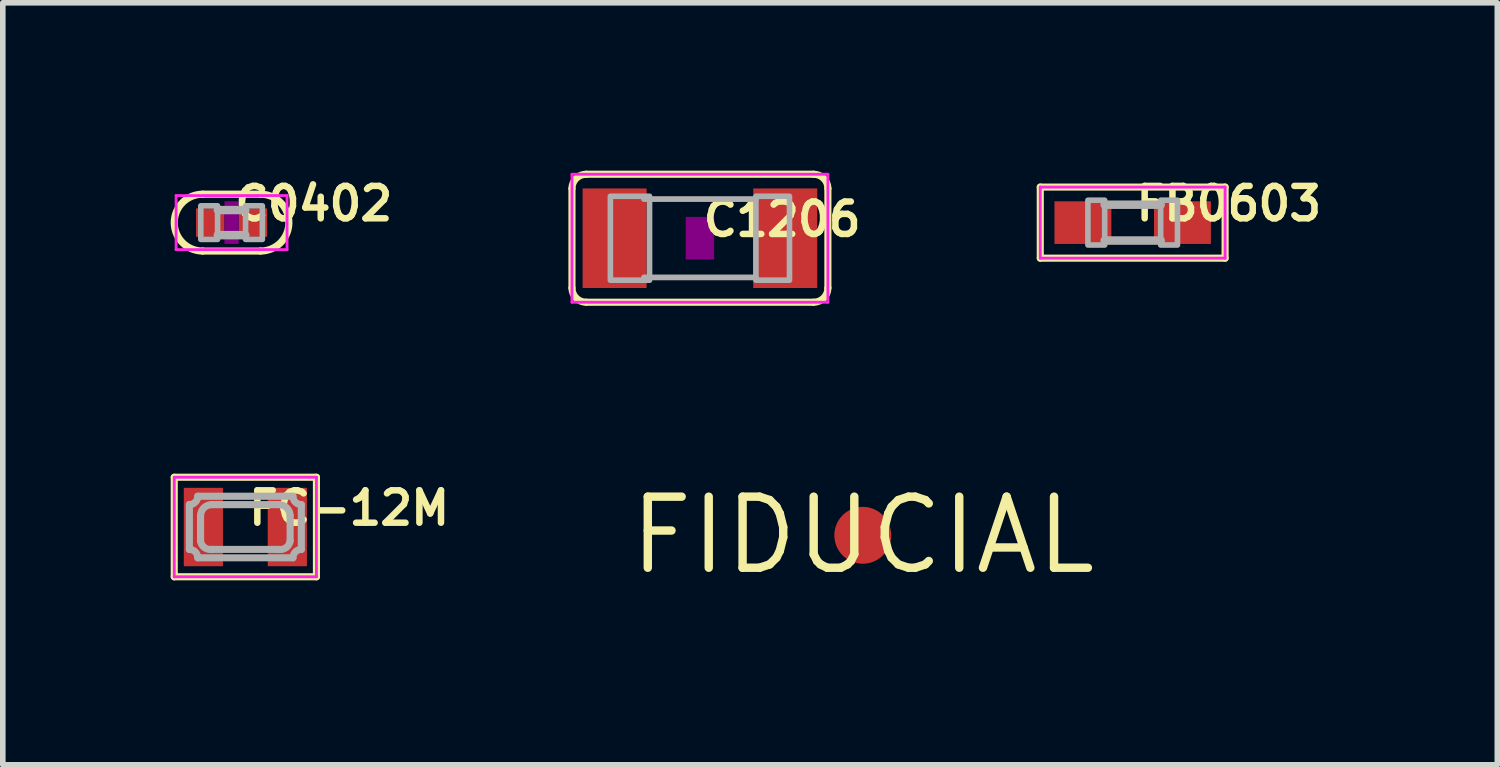
<source format=kicad_pcb>
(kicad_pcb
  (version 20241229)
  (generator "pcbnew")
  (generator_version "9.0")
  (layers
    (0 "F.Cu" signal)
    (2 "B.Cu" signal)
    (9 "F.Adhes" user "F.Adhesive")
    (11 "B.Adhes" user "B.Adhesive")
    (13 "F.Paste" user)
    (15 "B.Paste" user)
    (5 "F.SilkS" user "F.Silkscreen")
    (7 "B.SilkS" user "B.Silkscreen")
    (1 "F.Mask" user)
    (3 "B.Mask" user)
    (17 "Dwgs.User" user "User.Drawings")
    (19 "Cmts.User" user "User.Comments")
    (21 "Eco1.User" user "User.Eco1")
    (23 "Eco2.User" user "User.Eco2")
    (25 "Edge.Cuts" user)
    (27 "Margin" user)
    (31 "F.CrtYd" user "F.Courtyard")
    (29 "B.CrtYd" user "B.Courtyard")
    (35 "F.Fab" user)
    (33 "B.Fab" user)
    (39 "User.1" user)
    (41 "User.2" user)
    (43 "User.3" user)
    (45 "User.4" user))
  (footprint "C0402"
    (layer "F.Cu")
    (at 1.087 0.927)
    (property "Reference" "C0402" (at 0 0 180) (layer "F.SilkS") (effects (font (size 0.579 0.579) (thickness 0.116)) (justify left bottom)))
    (attr through_hole)
    (fp_line (start -0.516 0.508) (end 0.516 0.508) (stroke (width 0.127) (type solid)) (layer "F.SilkS"))
    (fp_line (start 0.516 -0.508) (end -0.516 -0.508) (stroke (width 0.127) (type solid)) (layer "F.SilkS"))
    (fp_arc (start -0.515998 0.508) (mid -1.023999 0.000001) (end -0.516 -0.508) (stroke (width 0.127) (type solid)) (layer "F.SilkS"))
    (fp_arc (start 0.515998 -0.508) (mid 1.023999 -0.000001) (end 0.516 0.508) (stroke (width 0.127) (type solid)) (layer "F.SilkS"))
    (fp_poly (pts (xy -0.127 0.381) (xy 0.127 0.381) (xy 0.127 -0.381) (xy -0.127 -0.381)) (stroke (width 0) (type solid)) (fill yes) (layer "F.Adhes"))
    (fp_line (start -0.991 -0.483) (end 0.991 -0.483) (stroke (width 0.051) (type solid)) (layer "F.CrtYd"))
    (fp_line (start -0.991 0.483) (end -0.991 -0.483) (stroke (width 0.051) (type solid)) (layer "F.CrtYd"))
    (fp_line (start 0.991 -0.483) (end 0.991 0.483) (stroke (width 0.051) (type solid)) (layer "F.CrtYd"))
    (fp_line (start 0.991 0.483) (end -0.991 0.483) (stroke (width 0.051) (type solid)) (layer "F.CrtYd"))
    (fp_line (start -0.245 -0.224) (end 0.245 -0.224) (stroke (width 0.15) (type solid)) (layer "F.Fab"))
    (fp_line (start 0.245 0.224) (end -0.245 0.224) (stroke (width 0.152) (type solid)) (layer "F.Fab"))
    (fp_poly (pts (xy -0.55 0.3) (xy -0.25 0.3) (xy -0.25 -0.3) (xy -0.55 -0.3)) (stroke (width 0.1) (type solid)) (fill no) (layer "F.Fab"))
    (fp_poly (pts (xy 0.25 0.3) (xy 0.55 0.3) (xy 0.55 -0.3) (xy 0.25 -0.3)) (stroke (width 0.1) (type solid)) (fill no) (layer "F.Fab"))
    (pad "1" smd rect (at -0.381 0) (size 0.508 0.508) (layers "F.Cu" "F.Mask" "F.Paste"))
    (pad "2" smd rect (at 0.381 0) (size 0.508 0.508) (layers "F.Cu" "F.Mask" "F.Paste")))
  (footprint "FIDUCIAL"
    (layer "F.Cu")
    (at 12.363 6.513)
    (property "Reference" "FIDUCIAL" (at 0 0 0) (layer "F.SilkS") (effects (font (size 1.27 1.27) (thickness 0.15))))
    (attr through_hole)
    (fp_circle (center 0 0) (end 0.55 0) (stroke (width 1.1) (type solid)) (fill no) (layer "F.Mask"))
    (pad "1" smd circle (at 0 0) (size 1.016 1.016) (layers "F.Cu" "F.Mask")))
  (footprint "FB0603"
    (layer "F.Cu")
    (at 17.185 0.927)
    (property "Reference" "FB0603" (at 0 0 180) (layer "F.SilkS") (effects (font (size 0.579 0.579) (thickness 0.116)) (justify left bottom)))
    (attr through_hole)
    (fp_line (start -1.651 -0.635) (end -1.651 0.635) (stroke (width 0.127) (type solid)) (layer "F.SilkS"))
    (fp_line (start -1.651 0.635) (end 1.651 0.635) (stroke (width 0.127) (type solid)) (layer "F.SilkS"))
    (fp_line (start 1.651 -0.635) (end -1.651 -0.635) (stroke (width 0.127) (type solid)) (layer "F.SilkS"))
    (fp_line (start 1.651 0.635) (end 1.651 -0.635) (stroke (width 0.127) (type solid)) (layer "F.SilkS"))
    (fp_line (start -1.651 -0.635) (end -1.651 0.635) (stroke (width 0.051) (type solid)) (layer "F.CrtYd"))
    (fp_line (start -1.651 0.635) (end 1.651 0.635) (stroke (width 0.051) (type solid)) (layer "F.CrtYd"))
    (fp_line (start 1.651 -0.635) (end -1.651 -0.635) (stroke (width 0.051) (type solid)) (layer "F.CrtYd"))
    (fp_line (start 1.651 0.635) (end 1.651 -0.635) (stroke (width 0.051) (type solid)) (layer "F.CrtYd"))
    (fp_line (start -0.5 -0.32) (end 0.5 -0.32) (stroke (width 0.152) (type solid)) (layer "F.Fab"))
    (fp_line (start -0.5 0.32) (end 0.5 0.32) (stroke (width 0.152) (type solid)) (layer "F.Fab"))
    (fp_poly (pts (xy -0.8 0.4) (xy -0.5 0.4) (xy -0.5 -0.4) (xy -0.8 -0.4)) (stroke (width 0.1) (type solid)) (fill no) (layer "F.Fab"))
    (fp_poly (pts (xy 0.5 0.4) (xy 0.8 0.4) (xy 0.8 -0.4) (xy 0.5 -0.4)) (stroke (width 0.1) (type solid)) (fill no) (layer "F.Fab"))
    (pad "1" smd rect (at -0.889 0) (size 1.016 0.762) (layers "F.Cu" "F.Mask" "F.Paste"))
    (pad "2" smd rect (at 0.889 0) (size 1.016 0.762) (layers "F.Cu" "F.Mask" "F.Paste")))
  (footprint "C1206"
    (layer "F.Cu")
    (at 9.454 1.206)
    (property "Reference" "C1206" (at 0 0 0) (layer "F.SilkS") (effects (font (size 0.579 0.579) (thickness 0.116)) (justify left bottom)))
    (attr through_hole)
    (fp_line (start -2.286 -0.889) (end -2.286 0.889) (stroke (width 0.127) (type solid)) (layer "F.SilkS"))
    (fp_line (start -2.032 1.143) (end 2.032 1.143) (stroke (width 0.127) (type solid)) (layer "F.SilkS"))
    (fp_line (start 2.032 -1.143) (end -2.032 -1.143) (stroke (width 0.127) (type solid)) (layer "F.SilkS"))
    (fp_line (start 2.286 0.889) (end 2.286 -0.889) (stroke (width 0.127) (type solid)) (layer "F.SilkS"))
    (fp_arc (start -2.286 -0.889) (mid -2.211605 -1.068605) (end -2.032 -1.143) (stroke (width 0.127) (type solid)) (layer "F.SilkS"))
    (fp_arc (start -2.032 1.143) (mid -2.211605 1.068605) (end -2.286 0.889) (stroke (width 0.127) (type solid)) (layer "F.SilkS"))
    (fp_arc (start 2.032 -1.143) (mid 2.211605 -1.068605) (end 2.286 -0.889) (stroke (width 0.127) (type solid)) (layer "F.SilkS"))
    (fp_arc (start 2.286 0.889) (mid 2.211605 1.068605) (end 2.032 1.143) (stroke (width 0.127) (type solid)) (layer "F.SilkS"))
    (fp_poly (pts (xy -0.254 0.381) (xy 0.254 0.381) (xy 0.254 -0.381) (xy -0.254 -0.381)) (stroke (width 0) (type solid)) (fill yes) (layer "F.Adhes"))
    (fp_line (start -2.286 -1.143) (end 2.286 -1.143) (stroke (width 0.051) (type solid)) (layer "F.CrtYd"))
    (fp_line (start -2.286 1.143) (end -2.286 -1.143) (stroke (width 0.051) (type solid)) (layer "F.CrtYd"))
    (fp_line (start 2.286 -1.143) (end 2.286 1.143) (stroke (width 0.051) (type solid)) (layer "F.CrtYd"))
    (fp_line (start 2.286 1.143) (end -2.286 1.143) (stroke (width 0.051) (type solid)) (layer "F.CrtYd"))
    (fp_line (start -1 -0.7) (end 1 -0.7) (stroke (width 0.102) (type solid)) (layer "F.Fab"))
    (fp_line (start -1 0.7) (end 1 0.7) (stroke (width 0.102) (type solid)) (layer "F.Fab"))
    (fp_poly (pts (xy -1.6 0.75) (xy -0.9 0.75) (xy -0.9 -0.75) (xy -1.6 -0.75)) (stroke (width 0.1) (type solid)) (fill no) (layer "F.Fab"))
    (fp_poly (pts (xy 1 0.75) (xy 1.6 0.75) (xy 1.6 -0.75) (xy 1 -0.75)) (stroke (width 0.1) (type solid)) (fill no) (layer "F.Fab"))
    (pad "1" smd rect (at -1.524 0) (size 1.143 1.778) (layers "F.Cu" "F.Mask" "F.Paste"))
    (pad "2" smd rect (at 1.524 0) (size 1.143 1.778) (layers "F.Cu" "F.Mask" "F.Paste")))
  (footprint "FC-12M"
    (layer "F.Cu")
    (at 1.333 6.365)
    (property "Reference" "FC-12M" (at 0 0 180) (layer "F.SilkS") (effects (font (size 0.579 0.579) (thickness 0.116)) (justify left bottom)))
    (attr through_hole)
    (fp_line (start -1.27 -0.889) (end 1.27 -0.889) (stroke (width 0.127) (type solid)) (layer "F.SilkS"))
    (fp_line (start -1.27 0.889) (end -1.27 -0.889) (stroke (width 0.127) (type solid)) (layer "F.SilkS"))
    (fp_line (start 1.27 -0.889) (end 1.27 0.889) (stroke (width 0.127) (type solid)) (layer "F.SilkS"))
    (fp_line (start 1.27 0.889) (end -1.27 0.889) (stroke (width 0.127) (type solid)) (layer "F.SilkS"))
    (fp_line (start -1.27 -0.889) (end 1.27 -0.889) (stroke (width 0.051) (type solid)) (layer "F.CrtYd"))
    (fp_line (start -1.27 0.889) (end -1.27 -0.889) (stroke (width 0.051) (type solid)) (layer "F.CrtYd"))
    (fp_line (start 1.27 -0.889) (end 1.27 0.889) (stroke (width 0.051) (type solid)) (layer "F.CrtYd"))
    (fp_line (start 1.27 0.889) (end -1.27 0.889) (stroke (width 0.051) (type solid)) (layer "F.CrtYd"))
    (fp_line (start -1 0.4) (end -1 -0.4) (stroke (width 0.127) (type solid)) (layer "F.Fab"))
    (fp_line (start -0.85 -0.55) (end 0.85 -0.55) (stroke (width 0.127) (type solid)) (layer "F.Fab"))
    (fp_line (start -0.8 0.25) (end -0.8 -0.2) (stroke (width 0.127) (type solid)) (layer "F.Fab"))
    (fp_line (start -0.6 -0.4) (end 0.6 -0.4) (stroke (width 0.127) (type solid)) (layer "F.Fab"))
    (fp_line (start -0.6 0.4) (end 0.6 0.4) (stroke (width 0.127) (type solid)) (layer "F.Fab"))
    (fp_line (start 0.8 -0.2) (end 0.8 0.25) (stroke (width 0.127) (type solid)) (layer "F.Fab"))
    (fp_line (start 0.85 0.55) (end -0.85 0.55) (stroke (width 0.127) (type solid)) (layer "F.Fab"))
    (fp_line (start 1 -0.4) (end 1 0.4) (stroke (width 0.127) (type solid)) (layer "F.Fab"))
    (fp_arc (start -1 0.4) (mid -0.893934 0.443934) (end -0.85 0.55) (stroke (width 0.127) (type solid)) (layer "F.Fab"))
    (fp_arc (start -0.85 -0.55) (mid -0.893934 -0.443934) (end -1 -0.4) (stroke (width 0.127) (type solid)) (layer "F.Fab"))
    (fp_arc (start -0.8 -0.2) (mid -0.741421 -0.341421) (end -0.599999 -0.399999) (stroke (width 0.127) (type solid)) (layer "F.Fab"))
    (fp_arc (start -0.6 0.4) (mid -0.731066 0.366421) (end -0.8 0.25) (stroke (width 0.127) (type solid)) (layer "F.Fab"))
    (fp_arc (start 0.6 -0.4) (mid 0.741422 -0.341421) (end 0.800001 -0.199999) (stroke (width 0.127) (type solid)) (layer "F.Fab"))
    (fp_arc (start 0.8 0.25) (mid 0.731066 0.366421) (end 0.6 0.4) (stroke (width 0.127) (type solid)) (layer "F.Fab"))
    (fp_arc (start 0.85 0.55) (mid 0.893934 0.443934) (end 1 0.4) (stroke (width 0.127) (type solid)) (layer "F.Fab"))
    (fp_arc (start 1 -0.4) (mid 0.893934 -0.443934) (end 0.85 -0.55) (stroke (width 0.127) (type solid)) (layer "F.Fab"))
    (pad "1" smd rect (at -0.75 0 90) (size 1.4 0.7) (layers "F.Cu" "F.Mask" "F.Paste"))
    (pad "2" smd rect (at 0.75 0 90) (size 1.4 0.7) (layers "F.Cu" "F.Mask" "F.Paste")))
  (gr_rect
    (start -3 -3)
    (end 23.699 10.613)
    (stroke (width 0.1) (type default))
    (fill no)
    (layer "Edge.Cuts")))
</source>
